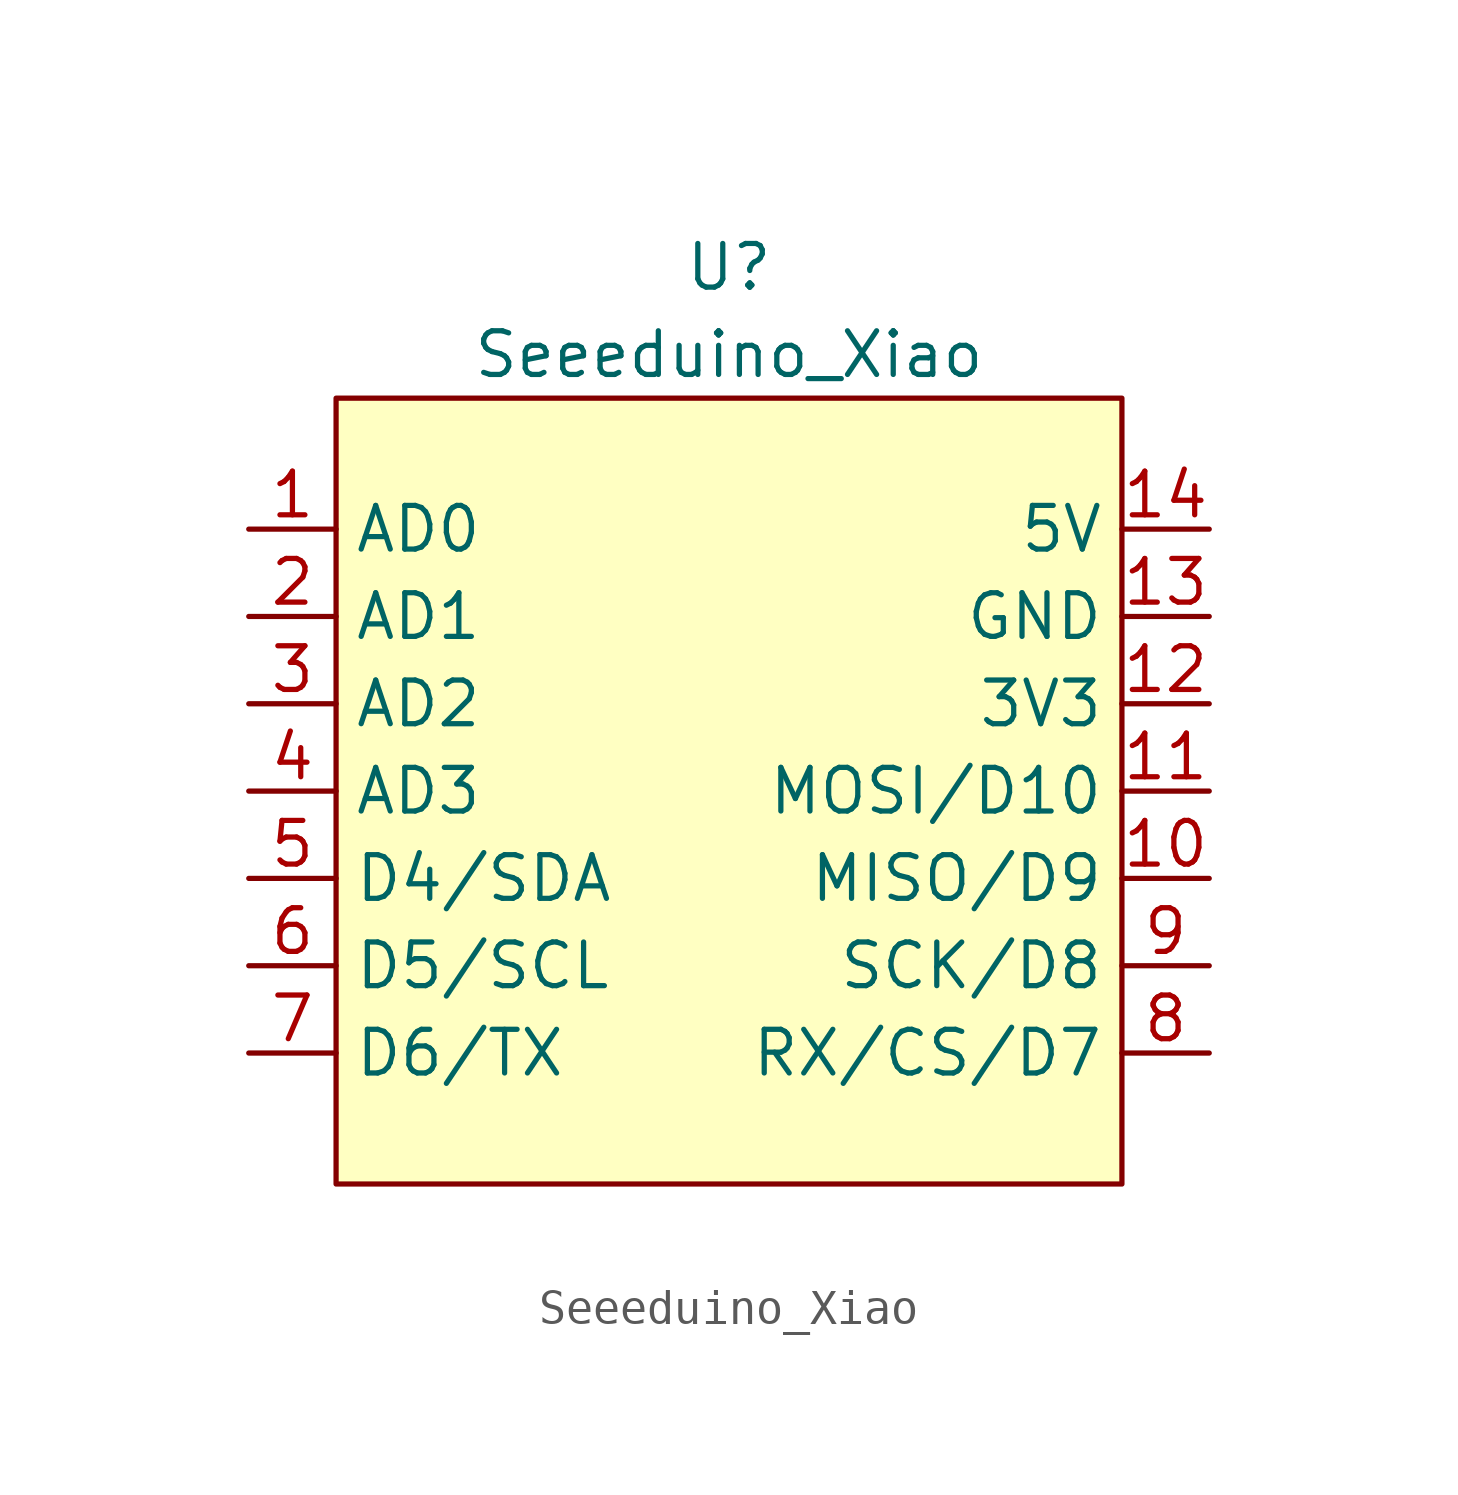
<source format=kicad_sym>
(kicad_symbol_lib
  (version 20211014)
  (generator kicad_symbol_editor)
  (symbol "Seeeduino_Xiao"
    (property "Reference" "U"
      (at 0 13.97 0)
      (effects (font (size 1.27 1.27))))
    (property "Value" "Seeeduino_Xiao"
      (at 0 11.43 0)
      (effects (font (size 1.27 1.27))))
    (symbol "Seeeduino_Xiao_0_1"
      (rectangle (start -11.43 10.16) (end 11.43 -12.7) (stroke (width 0) (type default) (color 0 0 0 0)) (fill (type background))))
    (symbol "Seeeduino_Xiao_1_1"
      (pin bidirectional line (at -13.97 6.35 0) (length 2.54) (name "AD0" (effects (font (size 1.27 1.27)))) (number "1" (effects (font (size 1.27 1.27)))))
      (pin bidirectional line (at 13.97 -3.81 180) (length 2.54) (name "MISO/D9" (effects (font (size 1.27 1.27)))) (number "10" (effects (font (size 1.27 1.27)))))
      (pin bidirectional line (at 13.97 -1.27 180) (length 2.54) (name "MOSI/D10" (effects (font (size 1.27 1.27)))) (number "11" (effects (font (size 1.27 1.27)))))
      (pin power_out line (at 13.97 1.27 180) (length 2.54) (name "3V3" (effects (font (size 1.27 1.27)))) (number "12" (effects (font (size 1.27 1.27)))))
      (pin bidirectional line (at 13.97 3.81 180) (length 2.54) (name "GND" (effects (font (size 1.27 1.27)))) (number "13" (effects (font (size 1.27 1.27)))))
      (pin power_in line (at 13.97 6.35 180) (length 2.54) (name "5V" (effects (font (size 1.27 1.27)))) (number "14" (effects (font (size 1.27 1.27)))))
      (pin bidirectional line (at -13.97 3.81 0) (length 2.54) (name "AD1" (effects (font (size 1.27 1.27)))) (number "2" (effects (font (size 1.27 1.27)))))
      (pin bidirectional line (at -13.97 1.27 0) (length 2.54) (name "AD2" (effects (font (size 1.27 1.27)))) (number "3" (effects (font (size 1.27 1.27)))))
      (pin bidirectional line (at -13.97 -1.27 0) (length 2.54) (name "AD3" (effects (font (size 1.27 1.27)))) (number "4" (effects (font (size 1.27 1.27)))))
      (pin bidirectional line (at -13.97 -3.81 0) (length 2.54) (name "D4/SDA" (effects (font (size 1.27 1.27)))) (number "5" (effects (font (size 1.27 1.27)))))
      (pin bidirectional line (at -13.97 -6.35 0) (length 2.54) (name "D5/SCL" (effects (font (size 1.27 1.27)))) (number "6" (effects (font (size 1.27 1.27)))))
      (pin bidirectional line (at -13.97 -8.89 0) (length 2.54) (name "D6/TX" (effects (font (size 1.27 1.27)))) (number "7" (effects (font (size 1.27 1.27)))))
      (pin bidirectional line (at 13.97 -8.89 180) (length 2.54) (name "RX/CS/D7" (effects (font (size 1.27 1.27)))) (number "8" (effects (font (size 1.27 1.27)))))
      (pin bidirectional line (at 13.97 -6.35 180) (length 2.54) (name "SCK/D8" (effects (font (size 1.27 1.27)))) (number "9" (effects (font (size 1.27 1.27))))))))
</source>
